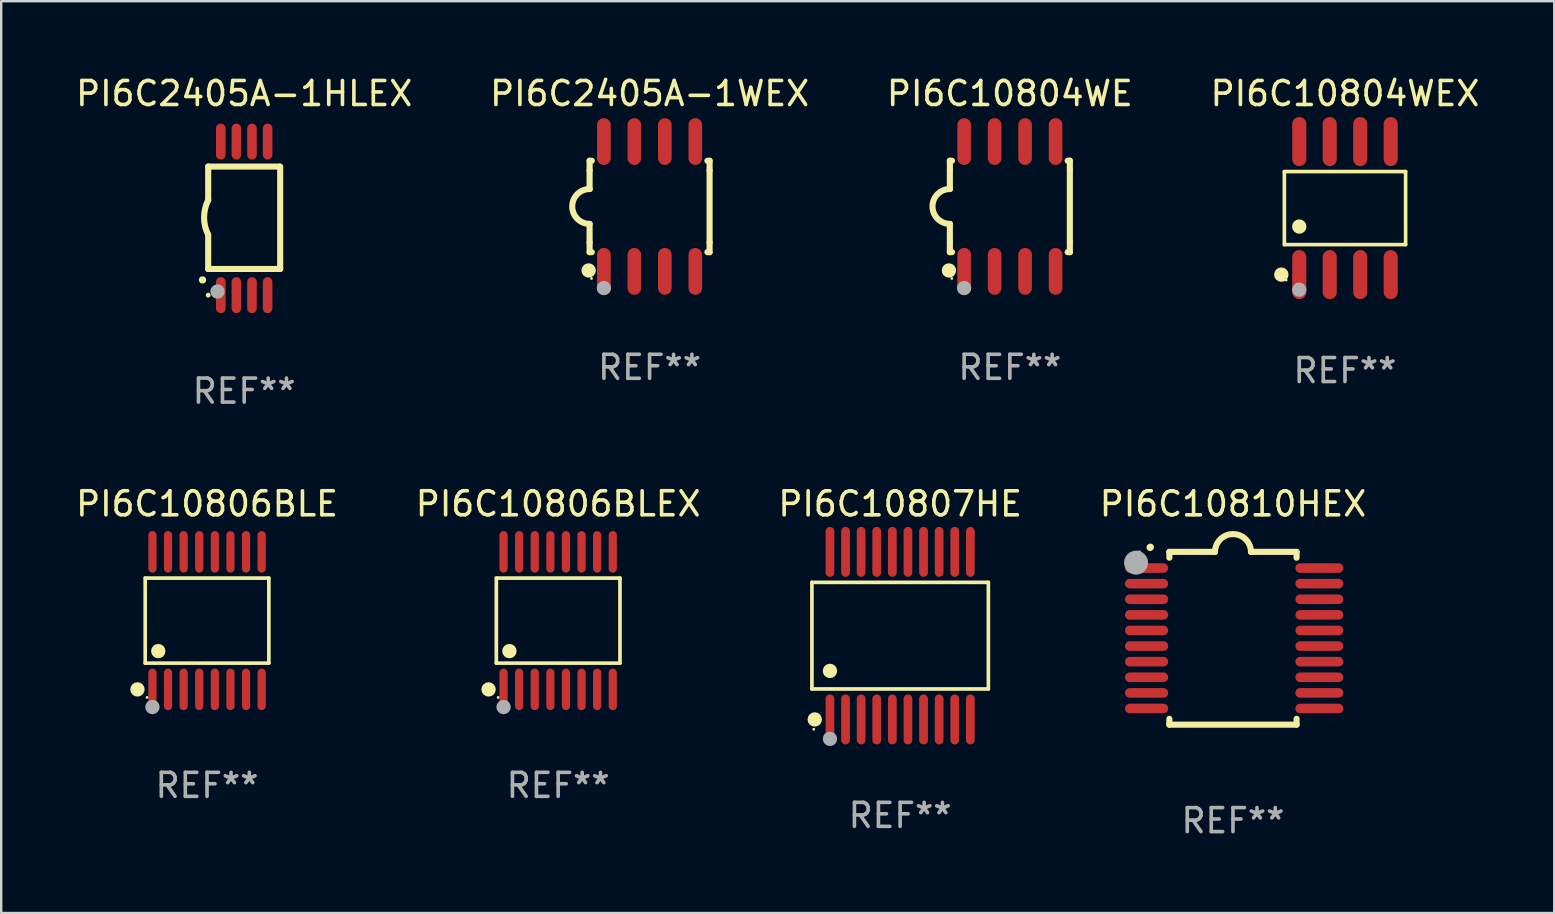
<source format=kicad_pcb>
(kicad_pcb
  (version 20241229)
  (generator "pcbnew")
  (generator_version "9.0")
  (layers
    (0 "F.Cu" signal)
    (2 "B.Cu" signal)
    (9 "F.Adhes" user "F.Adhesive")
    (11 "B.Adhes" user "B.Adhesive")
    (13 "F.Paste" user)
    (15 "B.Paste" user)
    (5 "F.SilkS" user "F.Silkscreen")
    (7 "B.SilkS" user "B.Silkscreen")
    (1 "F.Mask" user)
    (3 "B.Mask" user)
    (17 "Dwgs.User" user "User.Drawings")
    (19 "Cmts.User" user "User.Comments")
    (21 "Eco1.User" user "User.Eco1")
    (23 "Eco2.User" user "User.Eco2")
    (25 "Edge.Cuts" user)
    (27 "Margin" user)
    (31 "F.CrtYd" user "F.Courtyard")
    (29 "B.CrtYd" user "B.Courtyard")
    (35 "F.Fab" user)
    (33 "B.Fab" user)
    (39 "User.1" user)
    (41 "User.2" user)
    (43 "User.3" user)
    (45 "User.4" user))
  (footprint "PI6C10804WEX"
    (layer "F.Cu")
    (at 52.994 5.621)
    (property "Reference" "PI6C10804WEX" (at 0 -4.772 0) (layer "F.SilkS") (effects (font (size 1 1) (thickness 0.15))))
    (attr through_hole)
    (fp_line (start -2.526 -1.521) (end 2.526 -1.521) (stroke (width 0.152) (type solid)) (layer "F.SilkS"))
    (fp_line (start -2.526 1.521) (end -2.526 -1.521) (stroke (width 0.152) (type solid)) (layer "F.SilkS"))
    (fp_line (start 2.526 -1.521) (end 2.526 1.521) (stroke (width 0.152) (type solid)) (layer "F.SilkS"))
    (fp_line (start 2.526 1.521) (end -2.526 1.521) (stroke (width 0.152) (type solid)) (layer "F.SilkS"))
    (fp_circle (center -2.652 2.772) (end -2.501 2.772) (stroke (width 0.3) (type solid)) (fill no) (layer "F.SilkS"))
    (fp_circle (center -2.45 3) (end -2.42 3) (stroke (width 0.06) (type solid)) (fill no) (layer "F.SilkS"))
    (fp_circle (center -1.905 0.769) (end -1.755 0.769) (stroke (width 0.3) (type solid)) (fill no) (layer "F.SilkS"))
    (fp_circle (center -1.905 3.4) (end -1.755 3.4) (stroke (width 0.3) (type solid)) (fill no) (layer "F.Fab"))
    (fp_text user "REF**" (at 0 6.772 0) (layer "F.Fab") (effects (font (size 1 1) (thickness 0.15))))
    (pad "1" smd oval (at -1.905 2.772) (size 0.588 2.045) (layers "F.Cu" "F.Mask" "F.Paste"))
    (pad "2" smd oval (at -0.635 2.772) (size 0.588 2.045) (layers "F.Cu" "F.Mask" "F.Paste"))
    (pad "3" smd oval (at 0.635 2.772) (size 0.588 2.045) (layers "F.Cu" "F.Mask" "F.Paste"))
    (pad "4" smd oval (at 1.905 2.772) (size 0.588 2.045) (layers "F.Cu" "F.Mask" "F.Paste"))
    (pad "5" smd oval (at 1.905 -2.772) (size 0.588 2.045) (layers "F.Cu" "F.Mask" "F.Paste"))
    (pad "6" smd oval (at 0.635 -2.772) (size 0.588 2.045) (layers "F.Cu" "F.Mask" "F.Paste"))
    (pad "7" smd oval (at -0.635 -2.772) (size 0.588 2.045) (layers "F.Cu" "F.Mask" "F.Paste"))
    (pad "8" smd oval (at -1.905 -2.772) (size 0.588 2.045) (layers "F.Cu" "F.Mask" "F.Paste")))
  (footprint "PI6C10804WE"
    (layer "F.Cu")
    (at 39.03 5.553)
    (property "Reference" "PI6C10804WE" (at 0 -4.705 0) (layer "F.SilkS") (effects (font (size 1 1) (thickness 0.15))))
    (attr through_hole)
    (fp_line (start -2.5 -1.905) (end -2.409 -1.905) (stroke (width 0.254) (type solid)) (layer "F.SilkS"))
    (fp_line (start -2.5 -1.5) (end -2.5 -1.905) (stroke (width 0.254) (type solid)) (layer "F.SilkS"))
    (fp_line (start -2.5 -1.5) (end -2.5 -0.726) (stroke (width 0.254) (type solid)) (layer "F.SilkS"))
    (fp_line (start -2.5 1.5) (end -2.5 0.727) (stroke (width 0.254) (type solid)) (layer "F.SilkS"))
    (fp_line (start -2.5 1.5) (end -2.5 1.905) (stroke (width 0.254) (type solid)) (layer "F.SilkS"))
    (fp_line (start -2.5 1.905) (end -2.409 1.905) (stroke (width 0.254) (type solid)) (layer "F.SilkS"))
    (fp_line (start 2.5 -1.905) (end 2.409 -1.905) (stroke (width 0.254) (type solid)) (layer "F.SilkS"))
    (fp_line (start 2.5 -1.5) (end 2.5 -1.905) (stroke (width 0.254) (type solid)) (layer "F.SilkS"))
    (fp_line (start 2.5 -1.5) (end 2.5 1.5) (stroke (width 0.254) (type solid)) (layer "F.SilkS"))
    (fp_line (start 2.5 1.5) (end 2.5 1.905) (stroke (width 0.254) (type solid)) (layer "F.SilkS"))
    (fp_line (start 2.5 1.905) (end 2.409 1.905) (stroke (width 0.254) (type solid)) (layer "F.SilkS"))
    (fp_arc (start -2.5 0.726568) (mid -3.220316 -0.0023) (end -2.495097 -0.726289) (stroke (width 0.254001) (type solid)) (layer "F.SilkS"))
    (fp_circle (center -2.54 2.667) (end -2.39 2.667) (stroke (width 0.3) (type solid)) (fill no) (layer "F.SilkS"))
    (fp_circle (center -2.42 3) (end -2.39 3) (stroke (width 0.06) (type solid)) (fill no) (layer "F.SilkS"))
    (fp_circle (center -1.905 3.4) (end -1.755 3.4) (stroke (width 0.3) (type solid)) (fill no) (layer "F.Fab"))
    (fp_text user "REF**" (at 0 6.705 0) (layer "F.Fab") (effects (font (size 1 1) (thickness 0.15))))
    (pad "1" smd oval (at -1.905 2.705) (size 0.568 1.95) (layers "F.Cu" "F.Mask" "F.Paste"))
    (pad "2" smd oval (at -0.635 2.705) (size 0.568 1.95) (layers "F.Cu" "F.Mask" "F.Paste"))
    (pad "3" smd oval (at 0.635 2.705) (size 0.568 1.95) (layers "F.Cu" "F.Mask" "F.Paste"))
    (pad "4" smd oval (at 1.905 2.705) (size 0.568 1.95) (layers "F.Cu" "F.Mask" "F.Paste"))
    (pad "5" smd oval (at 1.905 -2.705) (size 0.568 1.95) (layers "F.Cu" "F.Mask" "F.Paste"))
    (pad "6" smd oval (at 0.635 -2.705) (size 0.568 1.95) (layers "F.Cu" "F.Mask" "F.Paste"))
    (pad "7" smd oval (at -0.635 -2.705) (size 0.568 1.95) (layers "F.Cu" "F.Mask" "F.Paste"))
    (pad "8" smd oval (at -1.905 -2.705) (size 0.568 1.95) (layers "F.Cu" "F.Mask" "F.Paste")))
  (footprint "PI6C10807HE"
    (layer "F.Cu")
    (at 34.458 23.437)
    (property "Reference" "PI6C10807HE" (at 0 -5.491 0) (layer "F.SilkS") (effects (font (size 1 1) (thickness 0.15))))
    (attr through_hole)
    (fp_line (start -3.676 -2.221) (end 3.676 -2.221) (stroke (width 0.152) (type solid)) (layer "F.SilkS"))
    (fp_line (start -3.676 2.221) (end -3.676 -2.221) (stroke (width 0.152) (type solid)) (layer "F.SilkS"))
    (fp_line (start 3.676 -2.221) (end 3.676 2.221) (stroke (width 0.152) (type solid)) (layer "F.SilkS"))
    (fp_line (start 3.676 2.221) (end -3.676 2.221) (stroke (width 0.152) (type solid)) (layer "F.SilkS"))
    (fp_circle (center -3.6 3.9) (end -3.57 3.9) (stroke (width 0.06) (type solid)) (fill no) (layer "F.SilkS"))
    (fp_circle (center -3.559 3.491) (end -3.409 3.491) (stroke (width 0.3) (type solid)) (fill no) (layer "F.SilkS"))
    (fp_circle (center -2.925 1.469) (end -2.775 1.469) (stroke (width 0.3) (type solid)) (fill no) (layer "F.SilkS"))
    (fp_circle (center -2.925 4.3) (end -2.775 4.3) (stroke (width 0.3) (type solid)) (fill no) (layer "F.Fab"))
    (fp_text user "REF**" (at 0 7.491 0) (layer "F.Fab") (effects (font (size 1 1) (thickness 0.15))))
    (pad "1" smd oval (at -2.925 3.491) (size 0.364 2.082) (layers "F.Cu" "F.Mask" "F.Paste"))
    (pad "2" smd oval (at -2.275 3.491) (size 0.364 2.082) (layers "F.Cu" "F.Mask" "F.Paste"))
    (pad "3" smd oval (at -1.625 3.491) (size 0.364 2.082) (layers "F.Cu" "F.Mask" "F.Paste"))
    (pad "4" smd oval (at -0.975 3.491) (size 0.364 2.082) (layers "F.Cu" "F.Mask" "F.Paste"))
    (pad "5" smd oval (at -0.325 3.491) (size 0.364 2.082) (layers "F.Cu" "F.Mask" "F.Paste"))
    (pad "6" smd oval (at 0.325 3.491) (size 0.364 2.082) (layers "F.Cu" "F.Mask" "F.Paste"))
    (pad "7" smd oval (at 0.975 3.491) (size 0.364 2.082) (layers "F.Cu" "F.Mask" "F.Paste"))
    (pad "8" smd oval (at 1.625 3.491) (size 0.364 2.082) (layers "F.Cu" "F.Mask" "F.Paste"))
    (pad "9" smd oval (at 2.275 3.491) (size 0.364 2.082) (layers "F.Cu" "F.Mask" "F.Paste"))
    (pad "10" smd oval (at 2.925 3.491) (size 0.364 2.082) (layers "F.Cu" "F.Mask" "F.Paste"))
    (pad "11" smd oval (at 2.925 -3.491) (size 0.364 2.082) (layers "F.Cu" "F.Mask" "F.Paste"))
    (pad "12" smd oval (at 2.275 -3.491) (size 0.364 2.082) (layers "F.Cu" "F.Mask" "F.Paste"))
    (pad "13" smd oval (at 1.625 -3.491) (size 0.364 2.082) (layers "F.Cu" "F.Mask" "F.Paste"))
    (pad "14" smd oval (at 0.975 -3.491) (size 0.364 2.082) (layers "F.Cu" "F.Mask" "F.Paste"))
    (pad "15" smd oval (at 0.325 -3.491) (size 0.364 2.082) (layers "F.Cu" "F.Mask" "F.Paste"))
    (pad "16" smd oval (at -0.325 -3.491) (size 0.364 2.082) (layers "F.Cu" "F.Mask" "F.Paste"))
    (pad "17" smd oval (at -0.975 -3.491) (size 0.364 2.082) (layers "F.Cu" "F.Mask" "F.Paste"))
    (pad "18" smd oval (at -1.625 -3.491) (size 0.364 2.082) (layers "F.Cu" "F.Mask" "F.Paste"))
    (pad "19" smd oval (at -2.275 -3.491) (size 0.364 2.082) (layers "F.Cu" "F.Mask" "F.Paste"))
    (pad "20" smd oval (at -2.925 -3.491) (size 0.364 2.082) (layers "F.Cu" "F.Mask" "F.Paste")))
  (footprint "PI6C2405A-1HLEX"
    (layer "F.Cu")
    (at 7.125 6.049)
    (property "Reference" "PI6C2405A-1HLEX" (at 0 -5.2 0) (layer "F.SilkS") (effects (font (size 1 1) (thickness 0.15))))
    (attr through_hole)
    (fp_line (start -1.5 -0.762) (end -1.5 -2.159) (stroke (width 0.254) (type solid)) (layer "F.SilkS"))
    (fp_line (start -1.5 2.108) (end -1.5 0.711) (stroke (width 0.254) (type solid)) (layer "F.SilkS"))
    (fp_line (start -1.5 2.108) (end 1.5 2.108) (stroke (width 0.254) (type solid)) (layer "F.SilkS"))
    (fp_line (start 1.463 -2.159) (end -1.5 -2.159) (stroke (width 0.254) (type solid)) (layer "F.SilkS"))
    (fp_line (start 1.5 2.108) (end 1.5 -2.159) (stroke (width 0.254) (type solid)) (layer "F.SilkS"))
    (fp_arc (start -1.737287 2.565405) (mid -1.736017 2.5654) (end -1.734747 2.565405) (stroke (width 0.3) (type solid)) (layer "F.SilkS"))
    (fp_arc (start -1.500076 0.685801) (mid -1.670966 -0.0381) (end -1.500076 -0.762002) (stroke (width 0.254001) (type solid)) (layer "F.SilkS"))
    (fp_circle (center -1.5 3.2) (end -1.45 3.2) (stroke (width 0.1) (type solid)) (fill no) (layer "F.SilkS"))
    (fp_circle (center -1.112 3.048) (end -0.962 3.048) (stroke (width 0.3) (type solid)) (fill no) (layer "F.Fab"))
    (fp_text user "REF**" (at 0 7.2 0) (layer "F.Fab") (effects (font (size 1 1) (thickness 0.15))))
    (pad "1" smd oval (at -0.975 3.2 180) (size 0.4 1.5) (layers "F.Cu" "F.Mask" "F.Paste"))
    (pad "2" smd oval (at -0.325 3.2 180) (size 0.4 1.5) (layers "F.Cu" "F.Mask" "F.Paste"))
    (pad "3" smd oval (at 0.325 3.2 180) (size 0.4 1.5) (layers "F.Cu" "F.Mask" "F.Paste"))
    (pad "4" smd oval (at 0.976 3.2 180) (size 0.4 1.5) (layers "F.Cu" "F.Mask" "F.Paste"))
    (pad "5" smd oval (at 0.976 -3.2 180) (size 0.4 1.5) (layers "F.Cu" "F.Mask" "F.Paste"))
    (pad "6" smd oval (at 0.325 -3.2 180) (size 0.4 1.5) (layers "F.Cu" "F.Mask" "F.Paste"))
    (pad "7" smd oval (at -0.325 -3.2 180) (size 0.4 1.5) (layers "F.Cu" "F.Mask" "F.Paste"))
    (pad "8" smd oval (at -0.975 -3.2 180) (size 0.4 1.5) (layers "F.Cu" "F.Mask" "F.Paste")))
  (footprint "PI6C10806BLE"
    (layer "F.Cu")
    (at 5.577 22.811)
    (property "Reference" "PI6C10806BLE" (at 0 -4.866 0) (layer "F.SilkS") (effects (font (size 1 1) (thickness 0.15))))
    (attr through_hole)
    (fp_line (start -2.576 -1.772) (end 2.576 -1.772) (stroke (width 0.152) (type solid)) (layer "F.SilkS"))
    (fp_line (start -2.576 1.771) (end -2.576 -1.772) (stroke (width 0.152) (type solid)) (layer "F.SilkS"))
    (fp_line (start 2.576 -1.772) (end 2.576 1.771) (stroke (width 0.152) (type solid)) (layer "F.SilkS"))
    (fp_line (start 2.576 1.771) (end -2.576 1.771) (stroke (width 0.152) (type solid)) (layer "F.SilkS"))
    (fp_circle (center -2.899 2.866) (end -2.749 2.866) (stroke (width 0.3) (type solid)) (fill no) (layer "F.SilkS"))
    (fp_circle (center -2.5 3.2) (end -2.47 3.2) (stroke (width 0.06) (type solid)) (fill no) (layer "F.SilkS"))
    (fp_circle (center -2.032 1.27) (end -1.882 1.27) (stroke (width 0.3) (type solid)) (fill no) (layer "F.SilkS"))
    (fp_circle (center -2.275 3.6) (end -2.125 3.6) (stroke (width 0.3) (type solid)) (fill no) (layer "F.Fab"))
    (fp_text user "REF**" (at 0 6.866 0) (layer "F.Fab") (effects (font (size 1 1) (thickness 0.15))))
    (pad "1" smd oval (at -2.275 2.866) (size 0.343 1.731) (layers "F.Cu" "F.Mask" "F.Paste"))
    (pad "2" smd oval (at -1.625 2.866) (size 0.343 1.731) (layers "F.Cu" "F.Mask" "F.Paste"))
    (pad "3" smd oval (at -0.975 2.866) (size 0.343 1.731) (layers "F.Cu" "F.Mask" "F.Paste"))
    (pad "4" smd oval (at -0.325 2.866) (size 0.343 1.731) (layers "F.Cu" "F.Mask" "F.Paste"))
    (pad "5" smd oval (at 0.325 2.866) (size 0.343 1.731) (layers "F.Cu" "F.Mask" "F.Paste"))
    (pad "6" smd oval (at 0.975 2.866) (size 0.343 1.731) (layers "F.Cu" "F.Mask" "F.Paste"))
    (pad "7" smd oval (at 1.625 2.866) (size 0.343 1.731) (layers "F.Cu" "F.Mask" "F.Paste"))
    (pad "8" smd oval (at 2.275 2.866) (size 0.343 1.731) (layers "F.Cu" "F.Mask" "F.Paste"))
    (pad "9" smd oval (at 2.275 -2.866) (size 0.343 1.731) (layers "F.Cu" "F.Mask" "F.Paste"))
    (pad "10" smd oval (at 1.625 -2.866) (size 0.343 1.731) (layers "F.Cu" "F.Mask" "F.Paste"))
    (pad "11" smd oval (at 0.975 -2.866) (size 0.343 1.731) (layers "F.Cu" "F.Mask" "F.Paste"))
    (pad "12" smd oval (at 0.325 -2.866) (size 0.343 1.731) (layers "F.Cu" "F.Mask" "F.Paste"))
    (pad "13" smd oval (at -0.325 -2.866) (size 0.343 1.731) (layers "F.Cu" "F.Mask" "F.Paste"))
    (pad "14" smd oval (at -0.975 -2.866) (size 0.343 1.731) (layers "F.Cu" "F.Mask" "F.Paste"))
    (pad "15" smd oval (at -1.625 -2.866) (size 0.343 1.731) (layers "F.Cu" "F.Mask" "F.Paste"))
    (pad "16" smd oval (at -2.275 -2.866) (size 0.343 1.731) (layers "F.Cu" "F.Mask" "F.Paste")))
  (footprint "PI6C2405A-1WEX"
    (layer "F.Cu")
    (at 24.018 5.553)
    (property "Reference" "PI6C2405A-1WEX" (at 0 -4.705 0) (layer "F.SilkS") (effects (font (size 1 1) (thickness 0.15))))
    (attr through_hole)
    (fp_line (start -2.5 -1.905) (end -2.409 -1.905) (stroke (width 0.254) (type solid)) (layer "F.SilkS"))
    (fp_line (start -2.5 -1.5) (end -2.5 -1.905) (stroke (width 0.254) (type solid)) (layer "F.SilkS"))
    (fp_line (start -2.5 -1.5) (end -2.5 -0.726) (stroke (width 0.254) (type solid)) (layer "F.SilkS"))
    (fp_line (start -2.5 1.5) (end -2.5 0.727) (stroke (width 0.254) (type solid)) (layer "F.SilkS"))
    (fp_line (start -2.5 1.5) (end -2.5 1.905) (stroke (width 0.254) (type solid)) (layer "F.SilkS"))
    (fp_line (start -2.5 1.905) (end -2.409 1.905) (stroke (width 0.254) (type solid)) (layer "F.SilkS"))
    (fp_line (start 2.5 -1.905) (end 2.409 -1.905) (stroke (width 0.254) (type solid)) (layer "F.SilkS"))
    (fp_line (start 2.5 -1.5) (end 2.5 -1.905) (stroke (width 0.254) (type solid)) (layer "F.SilkS"))
    (fp_line (start 2.5 -1.5) (end 2.5 1.5) (stroke (width 0.254) (type solid)) (layer "F.SilkS"))
    (fp_line (start 2.5 1.5) (end 2.5 1.905) (stroke (width 0.254) (type solid)) (layer "F.SilkS"))
    (fp_line (start 2.5 1.905) (end 2.409 1.905) (stroke (width 0.254) (type solid)) (layer "F.SilkS"))
    (fp_arc (start -2.5 0.726568) (mid -3.220316 -0.0023) (end -2.495097 -0.726289) (stroke (width 0.254001) (type solid)) (layer "F.SilkS"))
    (fp_circle (center -2.54 2.667) (end -2.39 2.667) (stroke (width 0.3) (type solid)) (fill no) (layer "F.SilkS"))
    (fp_circle (center -2.42 3) (end -2.39 3) (stroke (width 0.06) (type solid)) (fill no) (layer "F.SilkS"))
    (fp_circle (center -1.905 3.4) (end -1.755 3.4) (stroke (width 0.3) (type solid)) (fill no) (layer "F.Fab"))
    (fp_text user "REF**" (at 0 6.705 0) (layer "F.Fab") (effects (font (size 1 1) (thickness 0.15))))
    (pad "1" smd oval (at -1.905 2.705) (size 0.568 1.95) (layers "F.Cu" "F.Mask" "F.Paste"))
    (pad "2" smd oval (at -0.635 2.705) (size 0.568 1.95) (layers "F.Cu" "F.Mask" "F.Paste"))
    (pad "3" smd oval (at 0.635 2.705) (size 0.568 1.95) (layers "F.Cu" "F.Mask" "F.Paste"))
    (pad "4" smd oval (at 1.905 2.705) (size 0.568 1.95) (layers "F.Cu" "F.Mask" "F.Paste"))
    (pad "5" smd oval (at 1.905 -2.705) (size 0.568 1.95) (layers "F.Cu" "F.Mask" "F.Paste"))
    (pad "6" smd oval (at 0.635 -2.705) (size 0.568 1.95) (layers "F.Cu" "F.Mask" "F.Paste"))
    (pad "7" smd oval (at -0.635 -2.705) (size 0.568 1.95) (layers "F.Cu" "F.Mask" "F.Paste"))
    (pad "8" smd oval (at -1.905 -2.705) (size 0.568 1.95) (layers "F.Cu" "F.Mask" "F.Paste")))
  (footprint "PI6C10806BLEX"
    (layer "F.Cu")
    (at 20.208 22.811)
    (property "Reference" "PI6C10806BLEX" (at 0 -4.866 0) (layer "F.SilkS") (effects (font (size 1 1) (thickness 0.15))))
    (attr through_hole)
    (fp_line (start -2.576 -1.772) (end 2.576 -1.772) (stroke (width 0.152) (type solid)) (layer "F.SilkS"))
    (fp_line (start -2.576 1.771) (end -2.576 -1.772) (stroke (width 0.152) (type solid)) (layer "F.SilkS"))
    (fp_line (start 2.576 -1.772) (end 2.576 1.771) (stroke (width 0.152) (type solid)) (layer "F.SilkS"))
    (fp_line (start 2.576 1.771) (end -2.576 1.771) (stroke (width 0.152) (type solid)) (layer "F.SilkS"))
    (fp_circle (center -2.899 2.866) (end -2.749 2.866) (stroke (width 0.3) (type solid)) (fill no) (layer "F.SilkS"))
    (fp_circle (center -2.5 3.2) (end -2.47 3.2) (stroke (width 0.06) (type solid)) (fill no) (layer "F.SilkS"))
    (fp_circle (center -2.032 1.27) (end -1.882 1.27) (stroke (width 0.3) (type solid)) (fill no) (layer "F.SilkS"))
    (fp_circle (center -2.275 3.6) (end -2.125 3.6) (stroke (width 0.3) (type solid)) (fill no) (layer "F.Fab"))
    (fp_text user "REF**" (at 0 6.866 0) (layer "F.Fab") (effects (font (size 1 1) (thickness 0.15))))
    (pad "1" smd oval (at -2.275 2.866) (size 0.343 1.731) (layers "F.Cu" "F.Mask" "F.Paste"))
    (pad "2" smd oval (at -1.625 2.866) (size 0.343 1.731) (layers "F.Cu" "F.Mask" "F.Paste"))
    (pad "3" smd oval (at -0.975 2.866) (size 0.343 1.731) (layers "F.Cu" "F.Mask" "F.Paste"))
    (pad "4" smd oval (at -0.325 2.866) (size 0.343 1.731) (layers "F.Cu" "F.Mask" "F.Paste"))
    (pad "5" smd oval (at 0.325 2.866) (size 0.343 1.731) (layers "F.Cu" "F.Mask" "F.Paste"))
    (pad "6" smd oval (at 0.975 2.866) (size 0.343 1.731) (layers "F.Cu" "F.Mask" "F.Paste"))
    (pad "7" smd oval (at 1.625 2.866) (size 0.343 1.731) (layers "F.Cu" "F.Mask" "F.Paste"))
    (pad "8" smd oval (at 2.275 2.866) (size 0.343 1.731) (layers "F.Cu" "F.Mask" "F.Paste"))
    (pad "9" smd oval (at 2.275 -2.866) (size 0.343 1.731) (layers "F.Cu" "F.Mask" "F.Paste"))
    (pad "10" smd oval (at 1.625 -2.866) (size 0.343 1.731) (layers "F.Cu" "F.Mask" "F.Paste"))
    (pad "11" smd oval (at 0.975 -2.866) (size 0.343 1.731) (layers "F.Cu" "F.Mask" "F.Paste"))
    (pad "12" smd oval (at 0.325 -2.866) (size 0.343 1.731) (layers "F.Cu" "F.Mask" "F.Paste"))
    (pad "13" smd oval (at -0.325 -2.866) (size 0.343 1.731) (layers "F.Cu" "F.Mask" "F.Paste"))
    (pad "14" smd oval (at -0.975 -2.866) (size 0.343 1.731) (layers "F.Cu" "F.Mask" "F.Paste"))
    (pad "15" smd oval (at -1.625 -2.866) (size 0.343 1.731) (layers "F.Cu" "F.Mask" "F.Paste"))
    (pad "16" smd oval (at -2.275 -2.866) (size 0.343 1.731) (layers "F.Cu" "F.Mask" "F.Paste")))
  (footprint "PI6C10810HEX"
    (layer "F.Cu")
    (at 48.327 23.546)
    (property "Reference" "PI6C10810HEX" (at 0 -5.6 0) (layer "F.SilkS") (effects (font (size 1 1) (thickness 0.15))))
    (attr through_hole)
    (fp_line (start -2.65 -3.6) (end -2.65 -3.357) (stroke (width 0.254) (type solid)) (layer "F.SilkS"))
    (fp_line (start -2.65 -3.6) (end -0.75 -3.6) (stroke (width 0.254) (type solid)) (layer "F.SilkS"))
    (fp_line (start -2.65 3.357) (end -2.65 3.6) (stroke (width 0.254) (type solid)) (layer "F.SilkS"))
    (fp_line (start 2.65 -3.6) (end 0.75 -3.6) (stroke (width 0.254) (type solid)) (layer "F.SilkS"))
    (fp_line (start 2.65 -3.6) (end 2.65 -3.357) (stroke (width 0.254) (type solid)) (layer "F.SilkS"))
    (fp_line (start 2.65 3.357) (end 2.65 3.6) (stroke (width 0.254) (type solid)) (layer "F.SilkS"))
    (fp_line (start 2.65 3.6) (end -2.65 3.6) (stroke (width 0.254) (type solid)) (layer "F.SilkS"))
    (fp_arc (start -3.454407 -3.784608) (mid -3.449499 -3.78986) (end -3.444247 -3.794768) (stroke (width 0.3) (type solid)) (layer "F.SilkS"))
    (fp_arc (start -0.749301 -3.599186) (mid -0.000051 -4.348844) (end 0.750013 -3.6) (stroke (width 0.254001) (type solid)) (layer "F.SilkS"))
    (fp_circle (center -3.9 -3.6) (end -3.87 -3.6) (stroke (width 0.06) (type solid)) (fill no) (layer "F.SilkS"))
    (fp_circle (center -4.039 -3.15) (end -3.789 -3.15) (stroke (width 0.5) (type solid)) (fill no) (layer "F.Fab"))
    (fp_text user "REF**" (at 0 7.6 0) (layer "F.Fab") (effects (font (size 1 1) (thickness 0.15))))
    (pad "1" smd oval (at -3.6 -2.926 90) (size 0.4 1.8) (layers "F.Cu" "F.Mask" "F.Paste"))
    (pad "2" smd oval (at -3.6 -2.276 90) (size 0.4 1.8) (layers "F.Cu" "F.Mask" "F.Paste"))
    (pad "3" smd oval (at -3.6 -1.626 90) (size 0.4 1.8) (layers "F.Cu" "F.Mask" "F.Paste"))
    (pad "4" smd oval (at -3.6 -0.975 90) (size 0.4 1.8) (layers "F.Cu" "F.Mask" "F.Paste"))
    (pad "5" smd oval (at -3.6 -0.325 90) (size 0.4 1.8) (layers "F.Cu" "F.Mask" "F.Paste"))
    (pad "6" smd oval (at -3.6 0.325 90) (size 0.4 1.8) (layers "F.Cu" "F.Mask" "F.Paste"))
    (pad "7" smd oval (at -3.6 0.975 90) (size 0.4 1.8) (layers "F.Cu" "F.Mask" "F.Paste"))
    (pad "8" smd oval (at -3.6 1.626 90) (size 0.4 1.8) (layers "F.Cu" "F.Mask" "F.Paste"))
    (pad "9" smd oval (at -3.6 2.276 90) (size 0.4 1.8) (layers "F.Cu" "F.Mask" "F.Paste"))
    (pad "10" smd oval (at -3.6 2.926 90) (size 0.4 1.8) (layers "F.Cu" "F.Mask" "F.Paste"))
    (pad "11" smd oval (at 3.6 2.926 90) (size 0.4 2) (layers "F.Cu" "F.Mask" "F.Paste"))
    (pad "12" smd oval (at 3.6 2.276 90) (size 0.4 2) (layers "F.Cu" "F.Mask" "F.Paste"))
    (pad "13" smd oval (at 3.6 1.626 90) (size 0.4 2) (layers "F.Cu" "F.Mask" "F.Paste"))
    (pad "14" smd oval (at 3.6 0.975 90) (size 0.4 2) (layers "F.Cu" "F.Mask" "F.Paste"))
    (pad "15" smd oval (at 3.6 0.325 90) (size 0.4 2) (layers "F.Cu" "F.Mask" "F.Paste"))
    (pad "16" smd oval (at 3.6 -0.325 90) (size 0.4 2) (layers "F.Cu" "F.Mask" "F.Paste"))
    (pad "17" smd oval (at 3.6 -0.975 90) (size 0.4 2) (layers "F.Cu" "F.Mask" "F.Paste"))
    (pad "18" smd oval (at 3.6 -1.626 90) (size 0.4 2) (layers "F.Cu" "F.Mask" "F.Paste"))
    (pad "19" smd oval (at 3.6 -2.276 90) (size 0.4 2) (layers "F.Cu" "F.Mask" "F.Paste"))
    (pad "20" smd oval (at 3.6 -2.926 90) (size 0.4 2) (layers "F.Cu" "F.Mask" "F.Paste")))
  (gr_rect
    (start -3 -3)
    (end 61.714 34.994)
    (stroke (width 0.1) (type default))
    (fill no)
    (layer "Edge.Cuts")))
</source>
